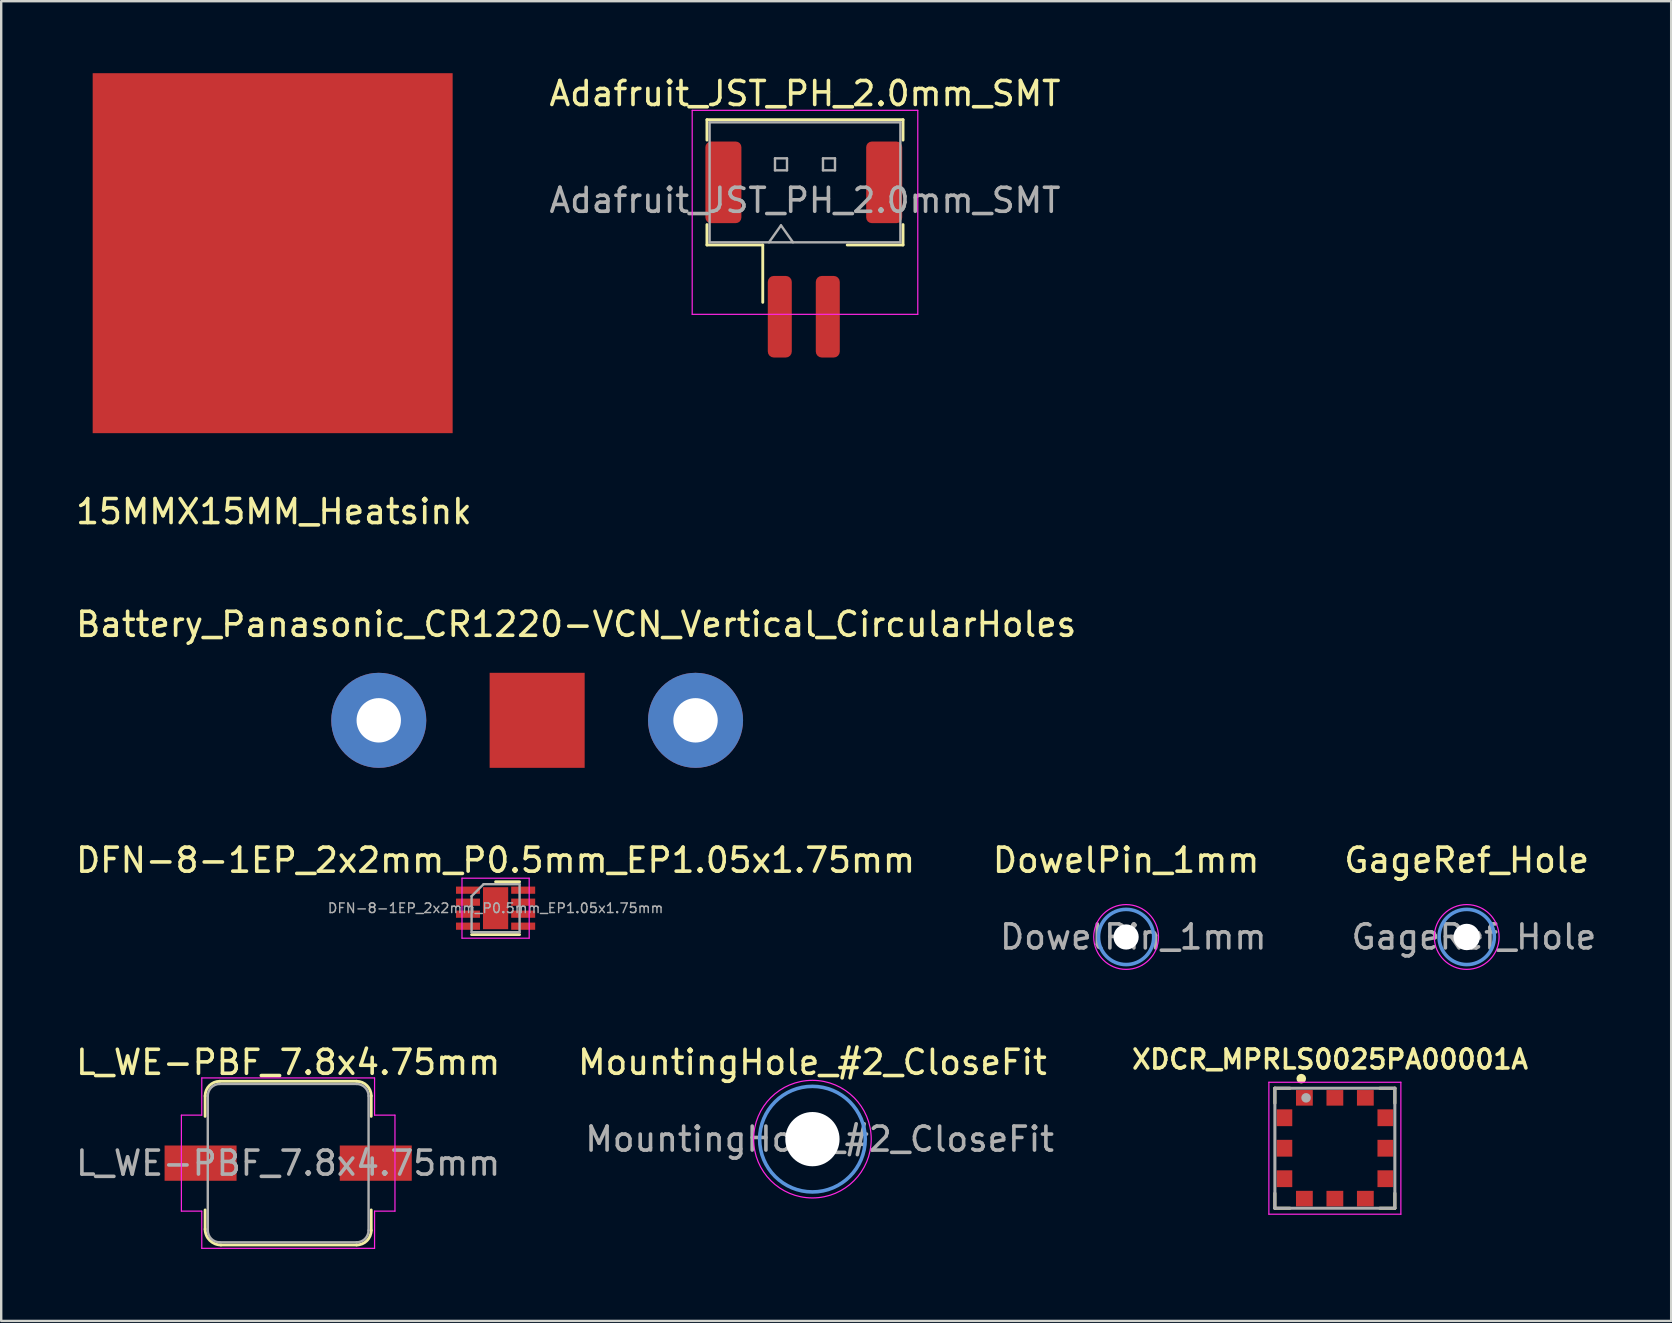
<source format=kicad_pcb>
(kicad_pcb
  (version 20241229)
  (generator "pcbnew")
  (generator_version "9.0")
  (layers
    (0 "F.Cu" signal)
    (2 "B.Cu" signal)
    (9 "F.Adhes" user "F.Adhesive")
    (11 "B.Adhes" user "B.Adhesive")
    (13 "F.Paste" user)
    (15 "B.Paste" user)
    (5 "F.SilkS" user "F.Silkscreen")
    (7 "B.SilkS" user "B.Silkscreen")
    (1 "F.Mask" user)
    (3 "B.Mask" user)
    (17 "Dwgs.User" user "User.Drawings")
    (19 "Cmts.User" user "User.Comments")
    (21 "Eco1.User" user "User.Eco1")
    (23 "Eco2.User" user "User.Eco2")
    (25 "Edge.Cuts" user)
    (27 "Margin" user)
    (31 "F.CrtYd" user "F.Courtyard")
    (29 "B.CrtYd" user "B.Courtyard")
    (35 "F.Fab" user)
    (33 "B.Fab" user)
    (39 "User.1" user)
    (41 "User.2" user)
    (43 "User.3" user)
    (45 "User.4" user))
  (footprint "GageRef_Hole"
    (layer "F.Cu")
    (at 58.068 35.994)
    (property "Reference" "GageRef_Hole" (at 0 -3.2 0) (layer "F.SilkS") (effects (font (size 1 1) (thickness 0.15))))
    (attr through_hole)
    (fp_circle (center 0 0) (end 1.15 0) (stroke (width 0.15) (type solid)) (fill no) (layer "Cmts.User"))
    (fp_circle (center 0 0) (end 1.35 0) (stroke (width 0.05) (type solid)) (fill no) (layer "F.CrtYd"))
    (fp_text user "${REFERENCE}" (at 0.3 0 0) (layer "F.Fab") (effects (font (size 1 1) (thickness 0.15))))
    (pad "" np_thru_hole circle (at 0 0) (size 1.1 1.1) (drill 1.1) (layers "*.Cu" "*.Mask")))
  (footprint "Battery_Panasonic_CR1220-VCN_Vertical_CircularHoles"
    (layer "F.Cu")
    (at 19.333 26.966)
    (property "Reference" "Battery_Panasonic_CR1220-VCN_Vertical_CircularHoles" (at 1.625 -4 0) (layer "F.SilkS") (effects (font (size 1 1) (thickness 0.15))))
    (attr through_hole)
    (pad "" smd rect (at 0 0) (size 3.96 3.96) (layers "F.Cu" "F.Mask" "F.Paste"))
    (pad "1" thru_hole circle (at -6.6 0) (size 3.96 3.96) (drill 1.85) (layers "*.Cu" "*.Mask"))
    (pad "2" thru_hole circle (at 6.6 0) (size 3.96 3.96) (drill 1.85) (layers "*.Cu" "*.Mask")))
  (footprint "DFN-8-1EP_2x2mm_P0.5mm_EP1.05x1.75mm"
    (layer "F.Cu")
    (at 17.601 34.794)
    (property "Reference" "DFN-8-1EP_2x2mm_P0.5mm_EP1.05x1.75mm" (at 0 -2 0) (layer "F.SilkS") (effects (font (size 1 1) (thickness 0.15))))
    (attr smd)
    (fp_line (start -1 1.1) (end 1 1.1) (stroke (width 0.12) (type solid)) (layer "F.SilkS"))
    (fp_line (start 0 -1.1) (end 1 -1.1) (stroke (width 0.12) (type solid)) (layer "F.SilkS"))
    (fp_line (start -1.4 -1.25) (end -1.4 1.25) (stroke (width 0.05) (type solid)) (layer "F.CrtYd"))
    (fp_line (start -1.4 -1.25) (end 1.4 -1.25) (stroke (width 0.05) (type solid)) (layer "F.CrtYd"))
    (fp_line (start -1.4 1.25) (end 1.4 1.25) (stroke (width 0.05) (type solid)) (layer "F.CrtYd"))
    (fp_line (start 1.4 -1.25) (end 1.4 1.25) (stroke (width 0.05) (type solid)) (layer "F.CrtYd"))
    (fp_line (start -1 -0.5) (end -0.5 -1) (stroke (width 0.1) (type solid)) (layer "F.Fab"))
    (fp_line (start -1 1) (end -1 -0.5) (stroke (width 0.1) (type solid)) (layer "F.Fab"))
    (fp_line (start -0.5 -1) (end 1 -1) (stroke (width 0.1) (type solid)) (layer "F.Fab"))
    (fp_line (start 1 -1) (end 1 1) (stroke (width 0.1) (type solid)) (layer "F.Fab"))
    (fp_line (start 1 1) (end -1 1) (stroke (width 0.1) (type solid)) (layer "F.Fab"))
    (fp_text user "${REFERENCE}" (at 0 0 0) (layer "F.Fab") (effects (font (size 0.4 0.4) (thickness 0.06))))
    (pad "" smd rect (at 0 -0.438) (size 0.85 0.65) (layers "F.Paste"))
    (pad "" smd rect (at 0 0.438) (size 0.85 0.65) (layers "F.Paste"))
    (pad "1" smd rect (at -1.15 -0.75) (size 1 0.3) (layers "F.Cu" "F.Mask" "F.Paste"))
    (pad "2" smd rect (at -1.15 -0.25) (size 1 0.3) (layers "F.Cu" "F.Mask" "F.Paste"))
    (pad "3" smd rect (at -1.15 0.25) (size 1 0.3) (layers "F.Cu" "F.Mask" "F.Paste"))
    (pad "4" smd rect (at -1.15 0.75) (size 1 0.3) (layers "F.Cu" "F.Mask" "F.Paste"))
    (pad "5" smd rect (at 1.15 0.75) (size 1 0.3) (layers "F.Cu" "F.Mask" "F.Paste"))
    (pad "6" smd rect (at 1.15 0.25) (size 1 0.3) (layers "F.Cu" "F.Mask" "F.Paste"))
    (pad "7" smd rect (at 1.15 -0.25) (size 1 0.3) (layers "F.Cu" "F.Mask" "F.Paste"))
    (pad "8" smd rect (at 1.15 -0.75) (size 1 0.3) (layers "F.Cu" "F.Mask" "F.Paste"))
    (pad "9" smd rect (at 0 0) (size 1.05 1.75) (layers "F.Cu" "F.Mask")))
  (footprint "MountingHole_#2_CloseFit"
    (layer "F.Cu")
    (at 30.804 44.418)
    (property "Reference" "MountingHole_#2_CloseFit" (at 0 -3.2 0) (layer "F.SilkS") (effects (font (size 1 1) (thickness 0.15))))
    (attr exclude_from_pos_files exclude_from_bom)
    (fp_circle (center 0 0) (end 2.2 0) (stroke (width 0.15) (type solid)) (fill no) (layer "Cmts.User"))
    (fp_circle (center 0 0) (end 2.45 0) (stroke (width 0.05) (type solid)) (fill no) (layer "F.CrtYd"))
    (fp_text user "${REFERENCE}" (at 0.3 0 0) (layer "F.Fab") (effects (font (size 1 1) (thickness 0.15))))
    (pad "" np_thru_hole circle (at 0 0) (size 2.261 2.261) (drill 2.261) (layers "*.Cu" "*.Mask")))
  (footprint "Adafruit_JST_PH_2.0mm_SMT"
    (layer "F.Cu")
    (at 30.494 6.298)
    (property "Reference" "Adafruit_JST_PH_2.0mm_SMT" (at 0 -5.45 0) (layer "F.SilkS") (effects (font (size 1 1) (thickness 0.15))))
    (attr smd)
    (fp_line (start -4.085 -4.36) (end 4.085 -4.36) (stroke (width 0.12) (type solid)) (layer "F.SilkS"))
    (fp_line (start -4.085 -3.51) (end -4.085 -4.36) (stroke (width 0.12) (type solid)) (layer "F.SilkS"))
    (fp_line (start -4.085 0.01) (end -4.085 0.86) (stroke (width 0.12) (type solid)) (layer "F.SilkS"))
    (fp_line (start -4.085 0.86) (end -1.76 0.86) (stroke (width 0.12) (type solid)) (layer "F.SilkS"))
    (fp_line (start -1.76 0.86) (end -1.76 3.25) (stroke (width 0.12) (type solid)) (layer "F.SilkS"))
    (fp_line (start 4.085 -4.36) (end 4.085 -3.51) (stroke (width 0.12) (type solid)) (layer "F.SilkS"))
    (fp_line (start 4.085 0.01) (end 4.085 0.86) (stroke (width 0.12) (type solid)) (layer "F.SilkS"))
    (fp_line (start 4.085 0.86) (end 1.76 0.86) (stroke (width 0.12) (type solid)) (layer "F.SilkS"))
    (fp_line (start -4.7 -4.75) (end -4.7 3.75) (stroke (width 0.05) (type solid)) (layer "F.CrtYd"))
    (fp_line (start -4.7 3.75) (end 4.7 3.75) (stroke (width 0.05) (type solid)) (layer "F.CrtYd"))
    (fp_line (start 4.7 -4.75) (end -4.7 -4.75) (stroke (width 0.05) (type solid)) (layer "F.CrtYd"))
    (fp_line (start 4.7 3.75) (end 4.7 -4.75) (stroke (width 0.05) (type solid)) (layer "F.CrtYd"))
    (fp_line (start -3.975 -4.25) (end 3.975 -4.25) (stroke (width 0.1) (type solid)) (layer "F.Fab"))
    (fp_line (start -3.975 0.75) (end -3.975 -4.25) (stroke (width 0.1) (type solid)) (layer "F.Fab"))
    (fp_line (start -3.975 0.75) (end 3.975 0.75) (stroke (width 0.1) (type solid)) (layer "F.Fab"))
    (fp_line (start -1.5 0.75) (end -1 0.043) (stroke (width 0.1) (type solid)) (layer "F.Fab"))
    (fp_line (start -1.25 -2.75) (end -1.25 -2.25) (stroke (width 0.1) (type solid)) (layer "F.Fab"))
    (fp_line (start -1.25 -2.25) (end -0.75 -2.25) (stroke (width 0.1) (type solid)) (layer "F.Fab"))
    (fp_line (start -1 0.043) (end -0.5 0.75) (stroke (width 0.1) (type solid)) (layer "F.Fab"))
    (fp_line (start -0.75 -2.75) (end -1.25 -2.75) (stroke (width 0.1) (type solid)) (layer "F.Fab"))
    (fp_line (start -0.75 -2.25) (end -0.75 -2.75) (stroke (width 0.1) (type solid)) (layer "F.Fab"))
    (fp_line (start 0.75 -2.75) (end 0.75 -2.25) (stroke (width 0.1) (type solid)) (layer "F.Fab"))
    (fp_line (start 0.75 -2.25) (end 1.25 -2.25) (stroke (width 0.1) (type solid)) (layer "F.Fab"))
    (fp_line (start 1.25 -2.75) (end 0.75 -2.75) (stroke (width 0.1) (type solid)) (layer "F.Fab"))
    (fp_line (start 1.25 -2.25) (end 1.25 -2.75) (stroke (width 0.1) (type solid)) (layer "F.Fab"))
    (fp_line (start 3.975 0.75) (end 3.975 -4.25) (stroke (width 0.1) (type solid)) (layer "F.Fab"))
    (fp_text user "${REFERENCE}" (at 0 -1 0) (layer "F.Fab") (effects (font (size 1 1) (thickness 0.15))))
    (pad "1" smd roundrect (at -1.05 3.85) (size 1 3.4) (layers "F.Cu" "F.Mask" "F.Paste") (roundrect_rratio 0.25))
    (pad "2" smd roundrect (at 0.95 3.85) (size 1 3.4) (layers "F.Cu" "F.Mask" "F.Paste") (roundrect_rratio 0.25))
    (pad "MP" smd roundrect (at -3.4 -1.75) (size 1.5 3.4) (layers "F.Cu" "F.Mask" "F.Paste") (roundrect_rratio 0.156))
    (pad "MP" smd roundrect (at 3.3 -1.75) (size 1.5 3.4) (layers "F.Cu" "F.Mask" "F.Paste") (roundrect_rratio 0.156)))
  (footprint "L_WE-PBF_7.8x4.75mm"
    (layer "F.Cu")
    (at 8.958 45.418)
    (property "Reference" "L_WE-PBF_7.8x4.75mm" (at 0 -4.2 0) (layer "F.SilkS") (effects (font (size 1 1) (thickness 0.15))))
    (attr smd)
    (fp_line (start -3.46 -1.95) (end -3.46 -2.8) (stroke (width 0.12) (type solid)) (layer "F.SilkS"))
    (fp_line (start -3.46 2.75) (end -3.46 1.95) (stroke (width 0.12) (type solid)) (layer "F.SilkS"))
    (fp_line (start -2.85 -3.41) (end 2.85 -3.41) (stroke (width 0.12) (type solid)) (layer "F.SilkS"))
    (fp_line (start 2.85 3.41) (end -2.8 3.41) (stroke (width 0.12) (type solid)) (layer "F.SilkS"))
    (fp_line (start 3.46 -2.8) (end 3.46 -1.95) (stroke (width 0.12) (type solid)) (layer "F.SilkS"))
    (fp_line (start 3.46 1.95) (end 3.46 2.8) (stroke (width 0.12) (type solid)) (layer "F.SilkS"))
    (fp_arc (start -3.46 -2.8) (mid -3.281335 -3.231335) (end -2.85 -3.41) (stroke (width 0.12) (type solid)) (layer "F.SilkS"))
    (fp_arc (start -2.8 3.41) (mid -3.26669 3.21669) (end -3.46 2.75) (stroke (width 0.12) (type solid)) (layer "F.SilkS"))
    (fp_arc (start 2.85 -3.41) (mid 3.281335 -3.231335) (end 3.46 -2.8) (stroke (width 0.12) (type solid)) (layer "F.SilkS"))
    (fp_arc (start 3.46 2.8) (mid 3.281335 3.231335) (end 2.85 3.41) (stroke (width 0.12) (type solid)) (layer "F.SilkS"))
    (fp_line (start -4.45 -2) (end -3.6 -2) (stroke (width 0.05) (type solid)) (layer "F.CrtYd"))
    (fp_line (start -4.45 2) (end -4.45 -2) (stroke (width 0.05) (type solid)) (layer "F.CrtYd"))
    (fp_line (start -3.6 -3.55) (end 3.6 -3.55) (stroke (width 0.05) (type solid)) (layer "F.CrtYd"))
    (fp_line (start -3.6 -2) (end -3.6 -3.55) (stroke (width 0.05) (type solid)) (layer "F.CrtYd"))
    (fp_line (start -3.6 2) (end -4.45 2) (stroke (width 0.05) (type solid)) (layer "F.CrtYd"))
    (fp_line (start -3.6 3.55) (end -3.6 2) (stroke (width 0.05) (type solid)) (layer "F.CrtYd"))
    (fp_line (start 3.6 -3.55) (end 3.6 -2) (stroke (width 0.05) (type solid)) (layer "F.CrtYd"))
    (fp_line (start 3.6 -2) (end 4.45 -2) (stroke (width 0.05) (type solid)) (layer "F.CrtYd"))
    (fp_line (start 3.6 2) (end 3.6 3.55) (stroke (width 0.05) (type solid)) (layer "F.CrtYd"))
    (fp_line (start 3.6 3.55) (end -3.6 3.55) (stroke (width 0.05) (type solid)) (layer "F.CrtYd"))
    (fp_line (start 4.45 -2) (end 4.45 2) (stroke (width 0.05) (type solid)) (layer "F.CrtYd"))
    (fp_line (start 4.45 2) (end 3.6 2) (stroke (width 0.05) (type solid)) (layer "F.CrtYd"))
    (fp_line (start -3.35 2.8) (end -3.35 -2.8) (stroke (width 0.1) (type solid)) (layer "F.Fab"))
    (fp_line (start -2.85 -3.3) (end 2.85 -3.3) (stroke (width 0.1) (type solid)) (layer "F.Fab"))
    (fp_line (start 2.85 3.3) (end -2.85 3.3) (stroke (width 0.1) (type solid)) (layer "F.Fab"))
    (fp_line (start 3.35 -2.8) (end 3.35 2.8) (stroke (width 0.1) (type solid)) (layer "F.Fab"))
    (fp_arc (start -3.35 -2.8) (mid -3.203553 -3.153553) (end -2.85 -3.3) (stroke (width 0.1) (type solid)) (layer "F.Fab"))
    (fp_arc (start -2.85 3.3) (mid -3.203553 3.153553) (end -3.35 2.8) (stroke (width 0.1) (type solid)) (layer "F.Fab"))
    (fp_arc (start 2.85 -3.3) (mid 3.203553 -3.153553) (end 3.35 -2.8) (stroke (width 0.1) (type solid)) (layer "F.Fab"))
    (fp_arc (start 3.35 2.8) (mid 3.203553 3.153553) (end 2.85 3.3) (stroke (width 0.1) (type solid)) (layer "F.Fab"))
    (fp_text user "${REFERENCE}" (at 0 0 0) (layer "F.Fab") (effects (font (size 1 1) (thickness 0.15))))
    (pad "1" smd rect (at -3.65 0) (size 3 1.47) (layers "F.Cu" "F.Mask" "F.Paste"))
    (pad "2" smd rect (at 3.65 0) (size 3 1.47) (layers "F.Cu" "F.Mask" "F.Paste")))
  (footprint "XDCR_MPRLS0025PA00001A"
    (layer "F.Cu")
    (at 52.574 44.797)
    (property "Reference" "XDCR_MPRLS0025PA00001A" (at -0.2 -3.703 0) (layer "F.SilkS") (effects (font (size 0.788 0.788) (thickness 0.15))))
    (attr through_hole)
    (fp_line (start -2.5 -2.5) (end -2.5 -1.875) (stroke (width 0.127) (type solid)) (layer "F.SilkS"))
    (fp_line (start -2.5 -2.5) (end -1.875 -2.5) (stroke (width 0.127) (type solid)) (layer "F.SilkS"))
    (fp_line (start -2.5 2.5) (end -2.5 1.875) (stroke (width 0.127) (type solid)) (layer "F.SilkS"))
    (fp_line (start -2.5 2.5) (end -1.875 2.5) (stroke (width 0.127) (type solid)) (layer "F.SilkS"))
    (fp_line (start 1.875 -2.5) (end 2.5 -2.5) (stroke (width 0.127) (type solid)) (layer "F.SilkS"))
    (fp_line (start 2.5 -2.5) (end 2.5 -1.875) (stroke (width 0.127) (type solid)) (layer "F.SilkS"))
    (fp_line (start 2.5 2.5) (end 1.875 2.5) (stroke (width 0.127) (type solid)) (layer "F.SilkS"))
    (fp_line (start 2.5 2.5) (end 2.5 1.875) (stroke (width 0.127) (type solid)) (layer "F.SilkS"))
    (fp_circle (center -1.4 -2.9) (end -1.3 -2.9) (stroke (width 0.2) (type solid)) (fill no) (layer "F.SilkS"))
    (fp_line (start -2.75 -2.75) (end 2.75 -2.75) (stroke (width 0.05) (type solid)) (layer "F.CrtYd"))
    (fp_line (start -2.75 2.75) (end -2.75 -2.75) (stroke (width 0.05) (type solid)) (layer "F.CrtYd"))
    (fp_line (start 2.75 -2.75) (end 2.75 2.75) (stroke (width 0.05) (type solid)) (layer "F.CrtYd"))
    (fp_line (start 2.75 2.75) (end -2.75 2.75) (stroke (width 0.05) (type solid)) (layer "F.CrtYd"))
    (fp_line (start -2.5 -2.5) (end 2.5 -2.5) (stroke (width 0.127) (type solid)) (layer "F.Fab"))
    (fp_line (start -2.5 2.5) (end -2.5 -2.5) (stroke (width 0.127) (type solid)) (layer "F.Fab"))
    (fp_line (start 2.5 -2.5) (end 2.5 2.5) (stroke (width 0.127) (type solid)) (layer "F.Fab"))
    (fp_line (start 2.5 2.5) (end -2.5 2.5) (stroke (width 0.127) (type solid)) (layer "F.Fab"))
    (fp_circle (center -1.2 -2.1) (end -1.1 -2.1) (stroke (width 0.2) (type solid)) (fill no) (layer "F.Fab"))
    (pad "1" smd rect (at -1.27 -2.1 180) (size 0.7 0.65) (layers "F.Cu" "F.Mask" "F.Paste"))
    (pad "2" smd rect (at 0 -2.1 180) (size 0.7 0.65) (layers "F.Cu" "F.Mask" "F.Paste"))
    (pad "3" smd rect (at 1.27 -2.1 180) (size 0.7 0.65) (layers "F.Cu" "F.Mask" "F.Paste"))
    (pad "4" smd rect (at 2.1 -1.27 180) (size 0.65 0.7) (layers "F.Cu" "F.Mask" "F.Paste"))
    (pad "5" smd rect (at 2.1 0 180) (size 0.65 0.7) (layers "F.Cu" "F.Mask" "F.Paste"))
    (pad "6" smd rect (at 2.1 1.27 180) (size 0.65 0.7) (layers "F.Cu" "F.Mask" "F.Paste"))
    (pad "7" smd rect (at 1.27 2.1 180) (size 0.7 0.65) (layers "F.Cu" "F.Mask" "F.Paste"))
    (pad "8" smd rect (at 0 2.1 180) (size 0.7 0.65) (layers "F.Cu" "F.Mask" "F.Paste"))
    (pad "9" smd rect (at -1.27 2.1 180) (size 0.7 0.65) (layers "F.Cu" "F.Mask" "F.Paste"))
    (pad "10" smd rect (at -2.1 1.27 180) (size 0.65 0.7) (layers "F.Cu" "F.Mask" "F.Paste"))
    (pad "11" smd rect (at -2.1 0 180) (size 0.65 0.7) (layers "F.Cu" "F.Mask" "F.Paste"))
    (pad "12" smd rect (at -2.1 -1.27 180) (size 0.65 0.7) (layers "F.Cu" "F.Mask" "F.Paste")))
  (footprint "15MMX15MM_Heatsink"
    (layer "F.Cu")
    (at 8.312 7.5)
    (property "Reference" "15MMX15MM_Heatsink" (at 0.051 10.77 0) (layer "F.SilkS") (effects (font (size 1 1) (thickness 0.15))))
    (attr through_hole)
    (pad "1" smd rect (at 0 0) (size 15 15) (layers "F.Cu" "F.Mask" "F.Paste")))
  (footprint "DowelPin_1mm"
    (layer "F.Cu")
    (at 43.875 35.994)
    (property "Reference" "DowelPin_1mm" (at 0 -3.2 0) (layer "F.SilkS") (effects (font (size 1 1) (thickness 0.15))))
    (attr exclude_from_pos_files exclude_from_bom)
    (fp_circle (center 0 0) (end 1.15 0) (stroke (width 0.15) (type solid)) (fill no) (layer "Cmts.User"))
    (fp_circle (center 0 0) (end 1.35 0) (stroke (width 0.05) (type solid)) (fill no) (layer "F.CrtYd"))
    (fp_text user "${REFERENCE}" (at 0.3 0 0) (layer "F.Fab") (effects (font (size 1 1) (thickness 0.15))))
    (pad "" np_thru_hole circle (at 0 0) (size 1.05 1.05) (drill 1.05) (layers "*.Cu" "*.Mask")))
  (gr_rect
    (start -3 -3)
    (end 66.588 51.993)
    (stroke (width 0.1) (type default))
    (fill no)
    (layer "Edge.Cuts")))
</source>
